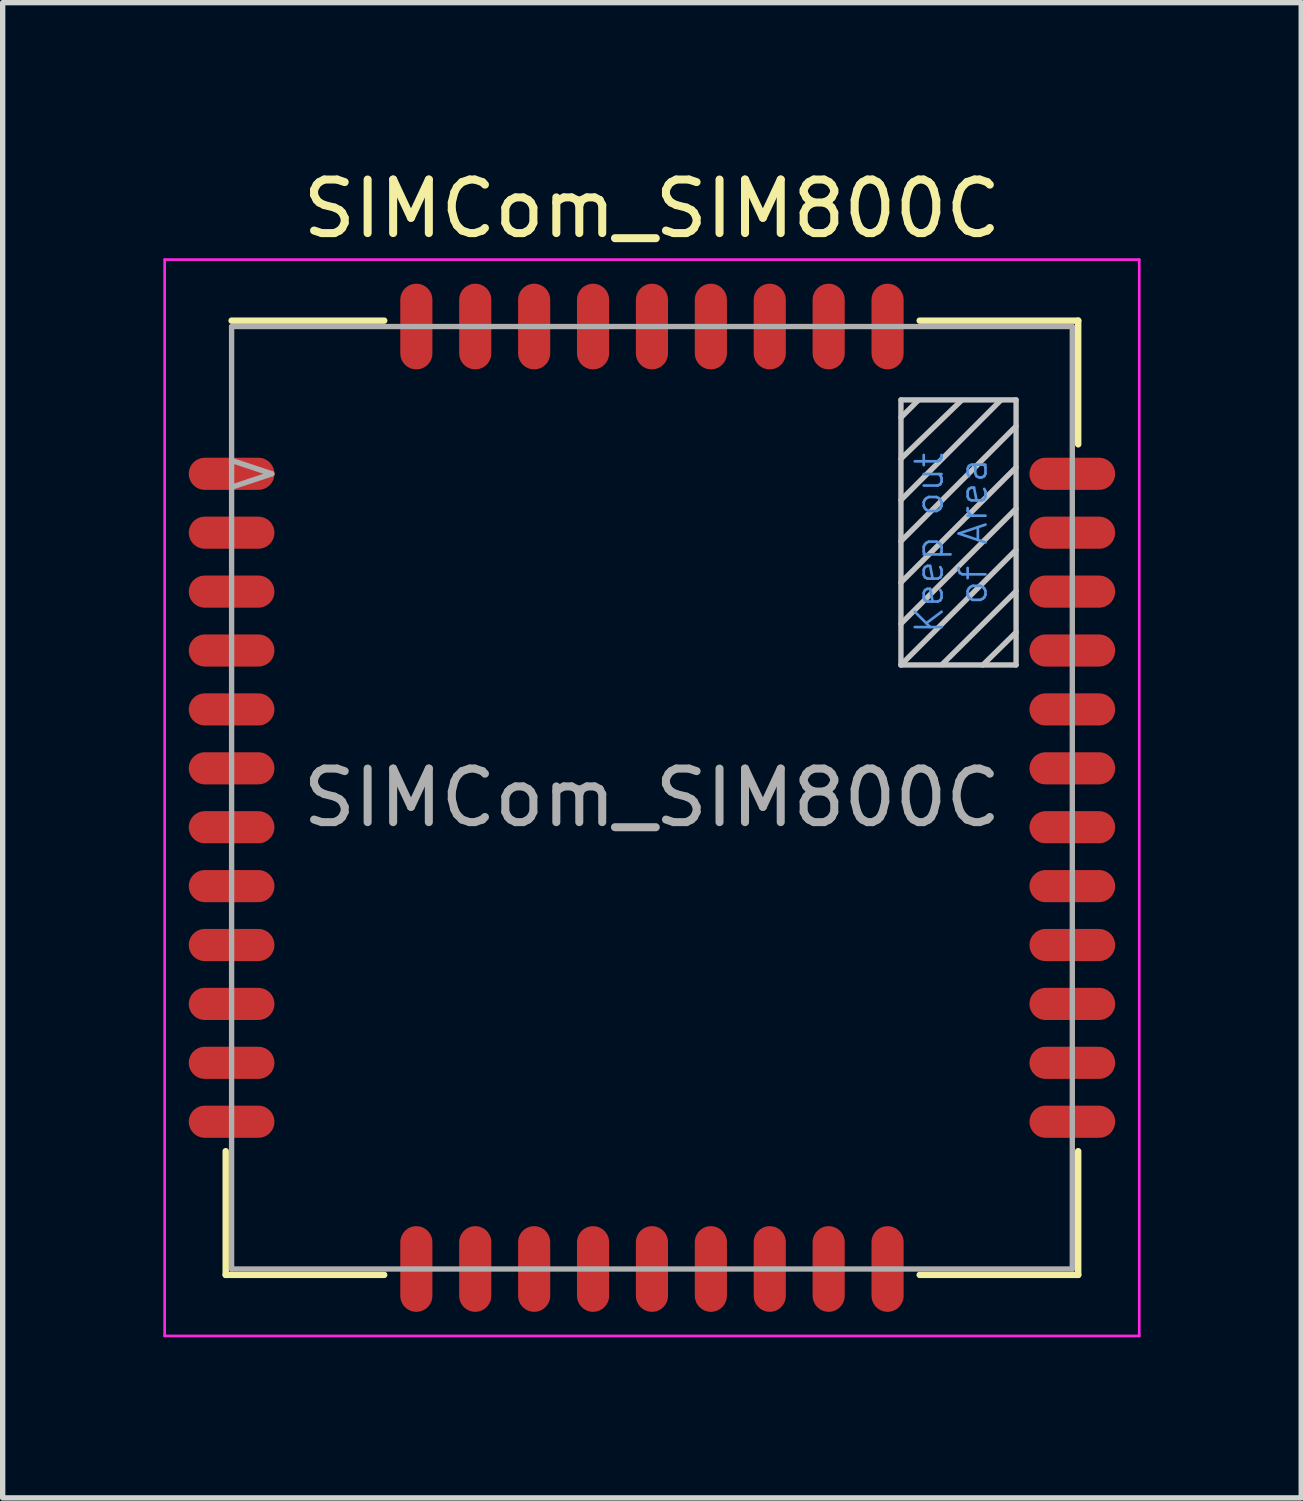
<source format=kicad_pcb>
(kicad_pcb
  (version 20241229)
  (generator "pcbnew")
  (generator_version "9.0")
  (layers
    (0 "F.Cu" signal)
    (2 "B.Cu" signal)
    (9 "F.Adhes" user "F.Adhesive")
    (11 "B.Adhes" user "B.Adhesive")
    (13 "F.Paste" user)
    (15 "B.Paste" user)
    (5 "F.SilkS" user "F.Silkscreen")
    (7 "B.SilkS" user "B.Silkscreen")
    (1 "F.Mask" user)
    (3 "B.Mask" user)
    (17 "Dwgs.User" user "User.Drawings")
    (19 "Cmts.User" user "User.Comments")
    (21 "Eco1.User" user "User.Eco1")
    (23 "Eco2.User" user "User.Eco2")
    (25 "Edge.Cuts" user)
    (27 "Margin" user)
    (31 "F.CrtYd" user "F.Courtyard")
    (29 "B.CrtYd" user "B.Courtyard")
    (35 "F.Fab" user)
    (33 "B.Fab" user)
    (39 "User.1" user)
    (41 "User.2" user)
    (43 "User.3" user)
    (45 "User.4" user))
  (footprint "SIMCom_SIM800C"
    (layer "F.Cu")
    (at 9.125 11.848)
    (property "Reference" "SIMCom_SIM800C" (at 0 -11 0) (layer "F.SilkS") (effects (font (size 1 1) (thickness 0.15))))
    (attr smd)
    (fp_line (start -7.96 8.91) (end -7.96 6.6) (stroke (width 0.12) (type solid)) (layer "F.SilkS"))
    (fp_line (start -7.96 8.91) (end -5 8.91) (stroke (width 0.12) (type solid)) (layer "F.SilkS"))
    (fp_line (start -7.85 -8.91) (end -5 -8.91) (stroke (width 0.12) (type solid)) (layer "F.SilkS"))
    (fp_line (start 7.96 -8.91) (end 5 -8.91) (stroke (width 0.12) (type solid)) (layer "F.SilkS"))
    (fp_line (start 7.96 -8.91) (end 7.96 -6.6) (stroke (width 0.12) (type solid)) (layer "F.SilkS"))
    (fp_line (start 7.96 8.91) (end 5 8.91) (stroke (width 0.12) (type solid)) (layer "F.SilkS"))
    (fp_line (start 7.96 8.91) (end 7.96 6.6) (stroke (width 0.12) (type solid)) (layer "F.SilkS"))
    (fp_line (start 4.65 -7.43) (end 4.65 -2.48) (stroke (width 0.1) (type solid)) (layer "Dwgs.User"))
    (fp_line (start 4.65 -7.43) (end 6.8 -7.43) (stroke (width 0.1) (type solid)) (layer "Dwgs.User"))
    (fp_line (start 4.65 -7.1) (end 4.97 -7.42) (stroke (width 0.1) (type solid)) (layer "Dwgs.User"))
    (fp_line (start 4.65 -6.33) (end 5.78 -7.42) (stroke (width 0.1) (type solid)) (layer "Dwgs.User"))
    (fp_line (start 4.65 -5.56) (end 6.51 -7.42) (stroke (width 0.1) (type solid)) (layer "Dwgs.User"))
    (fp_line (start 4.65 -4.79) (end 6.8 -6.94) (stroke (width 0.1) (type solid)) (layer "Dwgs.User"))
    (fp_line (start 4.65 -4.02) (end 6.8 -6.17) (stroke (width 0.1) (type solid)) (layer "Dwgs.User"))
    (fp_line (start 4.65 -3.25) (end 6.8 -5.4) (stroke (width 0.1) (type solid)) (layer "Dwgs.User"))
    (fp_line (start 4.65 -2.48) (end 6.8 -4.63) (stroke (width 0.1) (type solid)) (layer "Dwgs.User"))
    (fp_line (start 4.65 -2.48) (end 6.8 -2.48) (stroke (width 0.1) (type solid)) (layer "Dwgs.User"))
    (fp_line (start 5.415 -2.486) (end 6.8 -3.86) (stroke (width 0.1) (type solid)) (layer "Dwgs.User"))
    (fp_line (start 6.18 -2.48) (end 6.8 -3.09) (stroke (width 0.1) (type solid)) (layer "Dwgs.User"))
    (fp_line (start 6.8 -7.43) (end 6.8 -2.48) (stroke (width 0.1) (type solid)) (layer "Dwgs.User"))
    (fp_line (start -9.1 -10.05) (end -9.1 10.05) (stroke (width 0.05) (type solid)) (layer "F.CrtYd"))
    (fp_line (start -9.1 -10.05) (end 9.1 -10.05) (stroke (width 0.05) (type solid)) (layer "F.CrtYd"))
    (fp_line (start -9.1 10.05) (end 9.1 10.05) (stroke (width 0.05) (type solid)) (layer "F.CrtYd"))
    (fp_line (start 9.1 -10.05) (end 9.1 10.05) (stroke (width 0.05) (type solid)) (layer "F.CrtYd"))
    (fp_line (start -7.85 -8.8) (end -7.85 8.8) (stroke (width 0.1) (type solid)) (layer "F.Fab"))
    (fp_line (start -7.85 -8.8) (end 7.85 -8.8) (stroke (width 0.1) (type solid)) (layer "F.Fab"))
    (fp_line (start -7.85 -6.3) (end -7.1 -6.05) (stroke (width 0.1) (type solid)) (layer "F.Fab"))
    (fp_line (start -7.85 -5.8) (end -7.1 -6.05) (stroke (width 0.1) (type solid)) (layer "F.Fab"))
    (fp_line (start -7.85 8.8) (end 7.85 8.8) (stroke (width 0.1) (type solid)) (layer "F.Fab"))
    (fp_line (start 7.85 -8.8) (end 7.85 8.8) (stroke (width 0.1) (type solid)) (layer "F.Fab"))
    (fp_text user "Keep out " (at 5.18 -4.95 90) (layer "Cmts.User") (effects (font (size 0.5 0.5) (thickness 0.05))))
    (fp_text user "of Area" (at 6 -4.97 90) (layer "Cmts.User") (effects (font (size 0.5 0.5) (thickness 0.05))))
    (fp_text user "${REFERENCE}" (at 0 0 0) (layer "F.Fab") (effects (font (size 1 1) (thickness 0.15))))
    (pad "" smd oval (at -7.95 -6.05) (size 1.8 0.55) (layers "F.Paste"))
    (pad "" smd oval (at -7.95 -4.95) (size 1.8 0.55) (layers "F.Paste"))
    (pad "" smd oval (at -7.95 -3.85) (size 1.8 0.55) (layers "F.Paste"))
    (pad "" smd oval (at -7.95 -2.75) (size 1.8 0.55) (layers "F.Paste"))
    (pad "" smd oval (at -7.95 -1.65) (size 1.8 0.55) (layers "F.Paste"))
    (pad "" smd oval (at -7.95 -0.55) (size 1.8 0.55) (layers "F.Paste"))
    (pad "" smd oval (at -7.95 0.55) (size 1.8 0.55) (layers "F.Paste"))
    (pad "" smd oval (at -7.95 1.65) (size 1.8 0.55) (layers "F.Paste"))
    (pad "" smd oval (at -7.95 2.75) (size 1.8 0.55) (layers "F.Paste"))
    (pad "" smd oval (at -7.95 3.85) (size 1.8 0.55) (layers "F.Paste"))
    (pad "" smd oval (at -7.95 4.95) (size 1.8 0.55) (layers "F.Paste"))
    (pad "" smd oval (at -7.95 6.05) (size 1.8 0.55) (layers "F.Paste"))
    (pad "" smd oval (at -4.4 -8.9 90) (size 1.8 0.55) (layers "F.Paste"))
    (pad "" smd oval (at -4.4 8.9 90) (size 1.8 0.55) (layers "F.Paste"))
    (pad "" smd oval (at -3.3 -8.9 90) (size 1.8 0.55) (layers "F.Paste"))
    (pad "" smd oval (at -3.3 8.9 90) (size 1.8 0.55) (layers "F.Paste"))
    (pad "" smd oval (at -2.2 -8.9 90) (size 1.8 0.55) (layers "F.Paste"))
    (pad "" smd oval (at -2.2 8.9 90) (size 1.8 0.55) (layers "F.Paste"))
    (pad "" smd oval (at -1.1 -8.9 90) (size 1.8 0.55) (layers "F.Paste"))
    (pad "" smd oval (at -1.1 8.9 90) (size 1.8 0.55) (layers "F.Paste"))
    (pad "" smd oval (at 0 -8.9 90) (size 1.8 0.55) (layers "F.Paste"))
    (pad "" smd oval (at 0 8.9 90) (size 1.8 0.55) (layers "F.Paste"))
    (pad "" smd oval (at 1.1 -8.9 90) (size 1.8 0.55) (layers "F.Paste"))
    (pad "" smd oval (at 1.1 8.9 90) (size 1.8 0.55) (layers "F.Paste"))
    (pad "" smd oval (at 2.2 -8.9 90) (size 1.8 0.55) (layers "F.Paste"))
    (pad "" smd oval (at 2.2 8.9 90) (size 1.8 0.55) (layers "F.Paste"))
    (pad "" smd oval (at 3.3 -8.9 90) (size 1.8 0.55) (layers "F.Paste"))
    (pad "" smd oval (at 3.3 8.9 90) (size 1.8 0.55) (layers "F.Paste"))
    (pad "" smd oval (at 4.4 -8.9 90) (size 1.8 0.55) (layers "F.Paste"))
    (pad "" smd oval (at 4.4 8.9 90) (size 1.8 0.55) (layers "F.Paste"))
    (pad "" smd oval (at 7.95 -6.05) (size 1.8 0.55) (layers "F.Paste"))
    (pad "" smd oval (at 7.95 -4.95) (size 1.8 0.55) (layers "F.Paste"))
    (pad "" smd oval (at 7.95 -3.85) (size 1.8 0.55) (layers "F.Paste"))
    (pad "" smd oval (at 7.95 -2.75) (size 1.8 0.55) (layers "F.Paste"))
    (pad "" smd oval (at 7.95 -1.65) (size 1.8 0.55) (layers "F.Paste"))
    (pad "" smd oval (at 7.95 -0.55) (size 1.8 0.55) (layers "F.Paste"))
    (pad "" smd oval (at 7.95 0.55) (size 1.8 0.55) (layers "F.Paste"))
    (pad "" smd oval (at 7.95 1.65) (size 1.8 0.55) (layers "F.Paste"))
    (pad "" smd oval (at 7.95 2.75) (size 1.8 0.55) (layers "F.Paste"))
    (pad "" smd oval (at 7.95 3.85) (size 1.8 0.55) (layers "F.Paste"))
    (pad "" smd oval (at 7.95 4.95) (size 1.8 0.55) (layers "F.Paste"))
    (pad "" smd oval (at 7.95 6.05) (size 1.8 0.55) (layers "F.Paste"))
    (pad "1" smd oval (at -7.85 -6.05) (size 1.6 0.6) (layers "F.Cu" "F.Mask"))
    (pad "2" smd oval (at -7.85 -4.95) (size 1.6 0.6) (layers "F.Cu" "F.Mask"))
    (pad "3" smd oval (at -7.85 -3.85) (size 1.6 0.6) (layers "F.Cu" "F.Mask"))
    (pad "4" smd oval (at -7.85 -2.75) (size 1.6 0.6) (layers "F.Cu" "F.Mask"))
    (pad "5" smd oval (at -7.85 -1.65) (size 1.6 0.6) (layers "F.Cu" "F.Mask"))
    (pad "6" smd oval (at -7.85 -0.55) (size 1.6 0.6) (layers "F.Cu" "F.Mask"))
    (pad "7" smd oval (at -7.85 0.55) (size 1.6 0.6) (layers "F.Cu" "F.Mask"))
    (pad "8" smd oval (at -7.85 1.65) (size 1.6 0.6) (layers "F.Cu" "F.Mask"))
    (pad "9" smd oval (at -7.85 2.75) (size 1.6 0.6) (layers "F.Cu" "F.Mask"))
    (pad "10" smd oval (at -7.85 3.85) (size 1.6 0.6) (layers "F.Cu" "F.Mask"))
    (pad "11" smd oval (at -7.85 4.95) (size 1.6 0.6) (layers "F.Cu" "F.Mask"))
    (pad "12" smd oval (at -7.85 6.05) (size 1.6 0.6) (layers "F.Cu" "F.Mask"))
    (pad "13" smd oval (at -4.4 8.8) (size 0.6 1.6) (layers "F.Cu" "F.Mask"))
    (pad "14" smd oval (at -3.3 8.8) (size 0.6 1.6) (layers "F.Cu" "F.Mask"))
    (pad "15" smd oval (at -2.2 8.8) (size 0.6 1.6) (layers "F.Cu" "F.Mask"))
    (pad "16" smd oval (at -1.1 8.8) (size 0.6 1.6) (layers "F.Cu" "F.Mask"))
    (pad "17" smd oval (at 0 8.8) (size 0.6 1.6) (layers "F.Cu" "F.Mask"))
    (pad "18" smd oval (at 1.1 8.8) (size 0.6 1.6) (layers "F.Cu" "F.Mask"))
    (pad "19" smd oval (at 2.2 8.8) (size 0.6 1.6) (layers "F.Cu" "F.Mask"))
    (pad "20" smd oval (at 3.3 8.8) (size 0.6 1.6) (layers "F.Cu" "F.Mask"))
    (pad "21" smd oval (at 4.4 8.8) (size 0.6 1.6) (layers "F.Cu" "F.Mask"))
    (pad "22" smd oval (at 7.85 6.05) (size 1.6 0.6) (layers "F.Cu" "F.Mask"))
    (pad "23" smd oval (at 7.85 4.95) (size 1.6 0.6) (layers "F.Cu" "F.Mask"))
    (pad "24" smd oval (at 7.85 3.85) (size 1.6 0.6) (layers "F.Cu" "F.Mask"))
    (pad "25" smd oval (at 7.85 2.75) (size 1.6 0.6) (layers "F.Cu" "F.Mask"))
    (pad "26" smd oval (at 7.85 1.65) (size 1.6 0.6) (layers "F.Cu" "F.Mask"))
    (pad "27" smd oval (at 7.85 0.55) (size 1.6 0.6) (layers "F.Cu" "F.Mask"))
    (pad "28" smd oval (at 7.85 -0.55) (size 1.6 0.6) (layers "F.Cu" "F.Mask"))
    (pad "29" smd oval (at 7.85 -1.65) (size 1.6 0.6) (layers "F.Cu" "F.Mask"))
    (pad "30" smd oval (at 7.85 -2.75) (size 1.6 0.6) (layers "F.Cu" "F.Mask"))
    (pad "31" smd oval (at 7.85 -3.85) (size 1.6 0.6) (layers "F.Cu" "F.Mask"))
    (pad "32" smd oval (at 7.85 -4.95) (size 1.6 0.6) (layers "F.Cu" "F.Mask"))
    (pad "33" smd oval (at 7.85 -6.05) (size 1.6 0.6) (layers "F.Cu" "F.Mask"))
    (pad "34" smd oval (at 4.4 -8.8) (size 0.6 1.6) (layers "F.Cu" "F.Mask"))
    (pad "35" smd oval (at 3.3 -8.8) (size 0.6 1.6) (layers "F.Cu" "F.Mask"))
    (pad "36" smd oval (at 2.2 -8.8) (size 0.6 1.6) (layers "F.Cu" "F.Mask"))
    (pad "37" smd oval (at 1.1 -8.8) (size 0.6 1.6) (layers "F.Cu" "F.Mask"))
    (pad "38" smd oval (at 0 -8.8) (size 0.6 1.6) (layers "F.Cu" "F.Mask"))
    (pad "39" smd oval (at -1.1 -8.8) (size 0.6 1.6) (layers "F.Cu" "F.Mask"))
    (pad "40" smd oval (at -2.2 -8.8) (size 0.6 1.6) (layers "F.Cu" "F.Mask"))
    (pad "41" smd oval (at -3.3 -8.8) (size 0.6 1.6) (layers "F.Cu" "F.Mask"))
    (pad "42" smd oval (at -4.4 -8.8) (size 0.6 1.6) (layers "F.Cu" "F.Mask")))
  (gr_rect
    (start -3 -3)
    (end 21.25 24.923)
    (stroke (width 0.1) (type default))
    (fill no)
    (layer "Edge.Cuts")))
</source>
